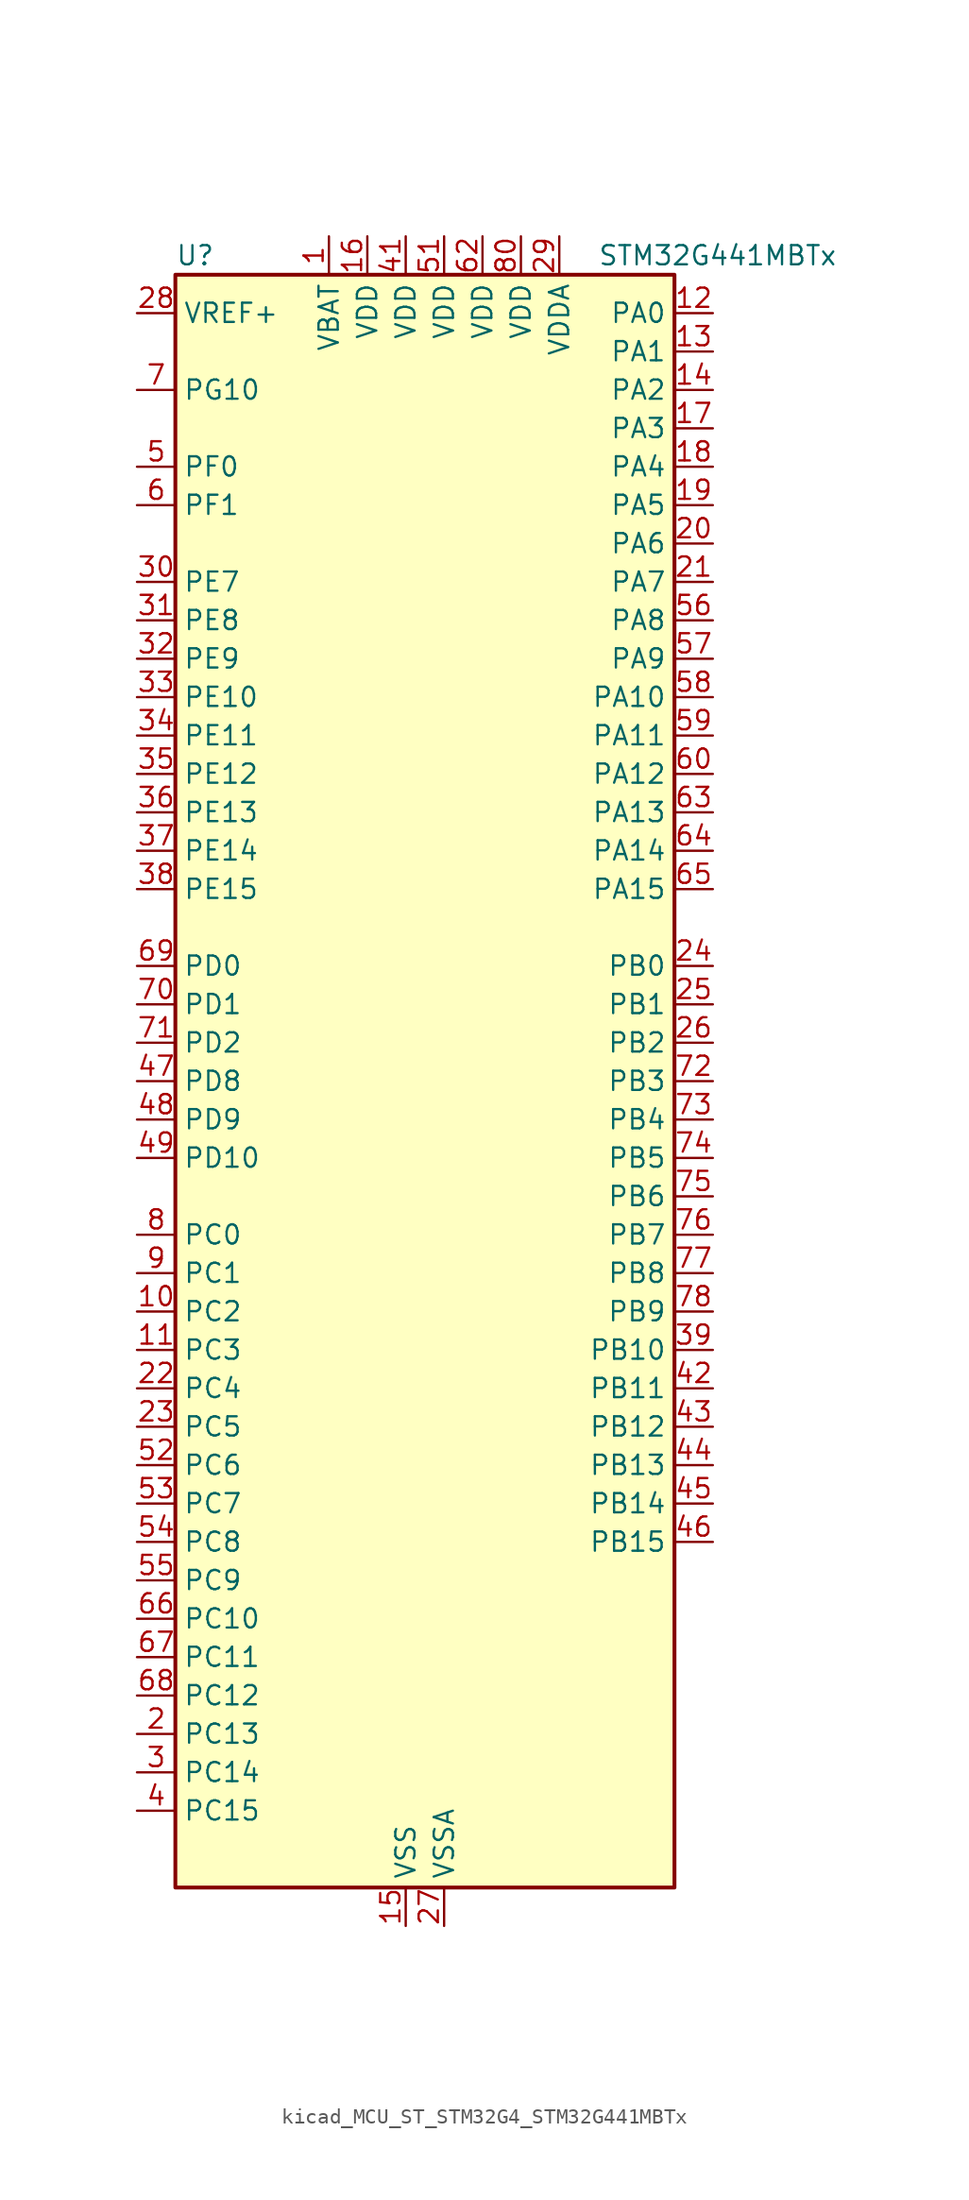
<source format=kicad_sym>
(kicad_symbol_lib
  (version 20220914)
  (generator kicad_symbol_editor)
  (symbol "kicad_MCU_ST_STM32G4_STM32G441MBTx"
    (property "Reference" "U"
      (at -15.24 54.61 0)
      (effects (font (size 1.27 1.27)) (justify left)))
    (property "Value" "STM32G441MBTx"
      (at 12.7 54.61 0)
      (effects (font (size 1.27 1.27)) (justify left)))
    (property "ki_locked" ""
      (at 0 0 0)
      (effects (font (size 1.27 1.27))))
    (symbol "kicad_MCU_ST_STM32G4_STM32G441MBTx_0_1"
      (rectangle (start -15.24 -53.34) (end 17.78 53.34) (stroke (width 0.254) (type default)) (fill (type background))))
    (symbol "kicad_MCU_ST_STM32G4_STM32G441MBTx_1_1"
      (pin power_in line (at -5.08 55.88 270) (length 2.54) (name "VBAT" (effects (font (size 1.27 1.27)))) (number "1" (effects (font (size 1.27 1.27)))))
      (pin bidirectional line (at -17.78 -15.24 0) (length 2.54) (name "PC2" (effects (font (size 1.27 1.27)))) (number "10" (effects (font (size 1.27 1.27)))) (alternate "ADC1_IN8" bidirectional line) (alternate "ADC2_IN8" bidirectional line) (alternate "COMP3_OUT" bidirectional line) (alternate "LPTIM1_IN2" bidirectional line) (alternate "TIM1_CH3" bidirectional line))
      (pin bidirectional line (at -17.78 -17.78 0) (length 2.54) (name "PC3" (effects (font (size 1.27 1.27)))) (number "11" (effects (font (size 1.27 1.27)))) (alternate "ADC1_IN9" bidirectional line) (alternate "ADC2_IN9" bidirectional line) (alternate "LPTIM1_ETR" bidirectional line) (alternate "SAI1_D1" bidirectional line) (alternate "SAI1_SD_A" bidirectional line) (alternate "TIM1_BKIN2" bidirectional line) (alternate "TIM1_CH4" bidirectional line))
      (pin bidirectional line (at 20.32 50.8 180) (length 2.54) (name "PA0" (effects (font (size 1.27 1.27)))) (number "12" (effects (font (size 1.27 1.27)))) (alternate "ADC1_IN1" bidirectional line) (alternate "ADC2_IN1" bidirectional line) (alternate "COMP1_INM" bidirectional line) (alternate "COMP1_OUT" bidirectional line) (alternate "COMP3_INP" bidirectional line) (alternate "RTC_TAMP2" bidirectional line) (alternate "SYS_WKUP1" bidirectional line) (alternate "TIM2_CH1" bidirectional line) (alternate "TIM2_ETR" bidirectional line) (alternate "TIM8_BKIN" bidirectional line) (alternate "TIM8_ETR" bidirectional line) (alternate "USART2_CTS" bidirectional line) (alternate "USART2_NSS" bidirectional line))
      (pin bidirectional line (at 20.32 48.26 180) (length 2.54) (name "PA1" (effects (font (size 1.27 1.27)))) (number "13" (effects (font (size 1.27 1.27)))) (alternate "ADC1_IN2" bidirectional line) (alternate "ADC2_IN2" bidirectional line) (alternate "COMP1_INP" bidirectional line) (alternate "OPAMP1_VINP" bidirectional line) (alternate "OPAMP1_VINP_SEC" bidirectional line) (alternate "OPAMP3_VINP" bidirectional line) (alternate "OPAMP3_VINP_SEC" bidirectional line) (alternate "RTC_REFIN" bidirectional line) (alternate "TIM15_CH1N" bidirectional line) (alternate "TIM2_CH2" bidirectional line) (alternate "USART2_DE" bidirectional line) (alternate "USART2_RTS" bidirectional line))
      (pin bidirectional line (at 20.32 45.72 180) (length 2.54) (name "PA2" (effects (font (size 1.27 1.27)))) (number "14" (effects (font (size 1.27 1.27)))) (alternate "ADC1_IN3" bidirectional line) (alternate "COMP2_INM" bidirectional line) (alternate "COMP2_OUT" bidirectional line) (alternate "LPUART1_TX" bidirectional line) (alternate "OPAMP1_VOUT" bidirectional line) (alternate "RCC_LSCO" bidirectional line) (alternate "SYS_WKUP4" bidirectional line) (alternate "TIM15_CH1" bidirectional line) (alternate "TIM2_CH3" bidirectional line) (alternate "UCPD1_FRSTX1" bidirectional line) (alternate "UCPD1_FRSTX2" bidirectional line) (alternate "USART2_TX" bidirectional line))
      (pin power_in line (at 0 -55.88 90) (length 2.54) (name "VSS" (effects (font (size 1.27 1.27)))) (number "15" (effects (font (size 1.27 1.27)))))
      (pin power_in line (at -2.54 55.88 270) (length 2.54) (name "VDD" (effects (font (size 1.27 1.27)))) (number "16" (effects (font (size 1.27 1.27)))))
      (pin bidirectional line (at 20.32 43.18 180) (length 2.54) (name "PA3" (effects (font (size 1.27 1.27)))) (number "17" (effects (font (size 1.27 1.27)))) (alternate "ADC1_IN4" bidirectional line) (alternate "COMP2_INP" bidirectional line) (alternate "LPUART1_RX" bidirectional line) (alternate "OPAMP1_VINM" bidirectional line) (alternate "OPAMP1_VINM0" bidirectional line) (alternate "OPAMP1_VINM_SEC" bidirectional line) (alternate "OPAMP1_VINP" bidirectional line) (alternate "OPAMP1_VINP_SEC" bidirectional line) (alternate "SAI1_CK1" bidirectional line) (alternate "SAI1_MCLK_A" bidirectional line) (alternate "TIM15_CH2" bidirectional line) (alternate "TIM2_CH4" bidirectional line) (alternate "USART2_RX" bidirectional line))
      (pin bidirectional line (at 20.32 40.64 180) (length 2.54) (name "PA4" (effects (font (size 1.27 1.27)))) (number "18" (effects (font (size 1.27 1.27)))) (alternate "ADC2_IN17" bidirectional line) (alternate "COMP1_INM" bidirectional line) (alternate "DAC1_OUT1" bidirectional line) (alternate "I2S3_WS" bidirectional line) (alternate "SAI1_FS_B" bidirectional line) (alternate "SPI1_NSS" bidirectional line) (alternate "SPI3_NSS" bidirectional line) (alternate "TIM3_CH2" bidirectional line) (alternate "USART2_CK" bidirectional line))
      (pin bidirectional line (at 20.32 38.1 180) (length 2.54) (name "PA5" (effects (font (size 1.27 1.27)))) (number "19" (effects (font (size 1.27 1.27)))) (alternate "ADC2_IN13" bidirectional line) (alternate "COMP2_INM" bidirectional line) (alternate "DAC1_OUT2" bidirectional line) (alternate "OPAMP2_VINM" bidirectional line) (alternate "OPAMP2_VINM0" bidirectional line) (alternate "OPAMP2_VINM_SEC" bidirectional line) (alternate "SPI1_SCK" bidirectional line) (alternate "TIM2_CH1" bidirectional line) (alternate "TIM2_ETR" bidirectional line) (alternate "UCPD1_FRSTX1" bidirectional line) (alternate "UCPD1_FRSTX2" bidirectional line))
      (pin bidirectional line (at -17.78 -43.18 0) (length 2.54) (name "PC13" (effects (font (size 1.27 1.27)))) (number "2" (effects (font (size 1.27 1.27)))) (alternate "RTC_OUT1" bidirectional line) (alternate "RTC_TAMP1" bidirectional line) (alternate "RTC_TS" bidirectional line) (alternate "SYS_WKUP2" bidirectional line) (alternate "TIM1_BKIN" bidirectional line) (alternate "TIM1_CH1N" bidirectional line) (alternate "TIM8_CH4N" bidirectional line))
      (pin bidirectional line (at 20.32 35.56 180) (length 2.54) (name "PA6" (effects (font (size 1.27 1.27)))) (number "20" (effects (font (size 1.27 1.27)))) (alternate "ADC2_IN3" bidirectional line) (alternate "COMP1_OUT" bidirectional line) (alternate "LPUART1_CTS" bidirectional line) (alternate "OPAMP2_VOUT" bidirectional line) (alternate "SPI1_MISO" bidirectional line) (alternate "TIM16_CH1" bidirectional line) (alternate "TIM1_BKIN" bidirectional line) (alternate "TIM3_CH1" bidirectional line) (alternate "TIM8_BKIN" bidirectional line))
      (pin bidirectional line (at 20.32 33.02 180) (length 2.54) (name "PA7" (effects (font (size 1.27 1.27)))) (number "21" (effects (font (size 1.27 1.27)))) (alternate "ADC2_IN4" bidirectional line) (alternate "COMP2_INP" bidirectional line) (alternate "COMP2_OUT" bidirectional line) (alternate "OPAMP1_VINP" bidirectional line) (alternate "OPAMP1_VINP_SEC" bidirectional line) (alternate "OPAMP2_VINP" bidirectional line) (alternate "OPAMP2_VINP_SEC" bidirectional line) (alternate "SPI1_MOSI" bidirectional line) (alternate "TIM17_CH1" bidirectional line) (alternate "TIM1_CH1N" bidirectional line) (alternate "TIM3_CH2" bidirectional line) (alternate "TIM8_CH1N" bidirectional line) (alternate "UCPD1_FRSTX1" bidirectional line) (alternate "UCPD1_FRSTX2" bidirectional line))
      (pin bidirectional line (at -17.78 -20.32 0) (length 2.54) (name "PC4" (effects (font (size 1.27 1.27)))) (number "22" (effects (font (size 1.27 1.27)))) (alternate "ADC2_IN5" bidirectional line) (alternate "I2C2_SCL" bidirectional line) (alternate "TIM1_ETR" bidirectional line) (alternate "USART1_TX" bidirectional line))
      (pin bidirectional line (at -17.78 -22.86 0) (length 2.54) (name "PC5" (effects (font (size 1.27 1.27)))) (number "23" (effects (font (size 1.27 1.27)))) (alternate "ADC2_IN11" bidirectional line) (alternate "OPAMP1_VINM" bidirectional line) (alternate "OPAMP1_VINM1" bidirectional line) (alternate "OPAMP1_VINM_SEC" bidirectional line) (alternate "OPAMP2_VINM" bidirectional line) (alternate "OPAMP2_VINM1" bidirectional line) (alternate "OPAMP2_VINM_SEC" bidirectional line) (alternate "SAI1_D3" bidirectional line) (alternate "SYS_WKUP5" bidirectional line) (alternate "TIM15_BKIN" bidirectional line) (alternate "TIM1_CH4N" bidirectional line) (alternate "USART1_RX" bidirectional line))
      (pin bidirectional line (at 20.32 7.62 180) (length 2.54) (name "PB0" (effects (font (size 1.27 1.27)))) (number "24" (effects (font (size 1.27 1.27)))) (alternate "ADC1_IN15" bidirectional line) (alternate "COMP4_INP" bidirectional line) (alternate "OPAMP2_VINP" bidirectional line) (alternate "OPAMP2_VINP_SEC" bidirectional line) (alternate "OPAMP3_VINP" bidirectional line) (alternate "OPAMP3_VINP_SEC" bidirectional line) (alternate "TIM1_CH2N" bidirectional line) (alternate "TIM3_CH3" bidirectional line) (alternate "TIM8_CH2N" bidirectional line) (alternate "UCPD1_FRSTX1" bidirectional line) (alternate "UCPD1_FRSTX2" bidirectional line))
      (pin bidirectional line (at 20.32 5.08 180) (length 2.54) (name "PB1" (effects (font (size 1.27 1.27)))) (number "25" (effects (font (size 1.27 1.27)))) (alternate "ADC1_IN12" bidirectional line) (alternate "COMP1_INP" bidirectional line) (alternate "COMP4_OUT" bidirectional line) (alternate "LPUART1_DE" bidirectional line) (alternate "LPUART1_RTS" bidirectional line) (alternate "OPAMP3_VOUT" bidirectional line) (alternate "TIM1_CH3N" bidirectional line) (alternate "TIM3_CH4" bidirectional line) (alternate "TIM8_CH3N" bidirectional line))
      (pin bidirectional line (at 20.32 2.54 180) (length 2.54) (name "PB2" (effects (font (size 1.27 1.27)))) (number "26" (effects (font (size 1.27 1.27)))) (alternate "ADC2_IN12" bidirectional line) (alternate "COMP4_INM" bidirectional line) (alternate "I2C3_SMBA" bidirectional line) (alternate "LPTIM1_OUT" bidirectional line) (alternate "OPAMP3_VINM" bidirectional line) (alternate "OPAMP3_VINM0" bidirectional line) (alternate "OPAMP3_VINM_SEC" bidirectional line) (alternate "RTC_OUT2" bidirectional line))
      (pin power_in line (at 2.54 -55.88 90) (length 2.54) (name "VSSA" (effects (font (size 1.27 1.27)))) (number "27" (effects (font (size 1.27 1.27)))))
      (pin input line (at -17.78 50.8 0) (length 2.54) (name "VREF+" (effects (font (size 1.27 1.27)))) (number "28" (effects (font (size 1.27 1.27)))) (alternate "VREFBUF_OUT" bidirectional line))
      (pin power_in line (at 10.16 55.88 270) (length 2.54) (name "VDDA" (effects (font (size 1.27 1.27)))) (number "29" (effects (font (size 1.27 1.27)))))
      (pin bidirectional line (at -17.78 -45.72 0) (length 2.54) (name "PC14" (effects (font (size 1.27 1.27)))) (number "3" (effects (font (size 1.27 1.27)))) (alternate "RCC_OSC32_IN" bidirectional line))
      (pin bidirectional line (at -17.78 33.02 0) (length 2.54) (name "PE7" (effects (font (size 1.27 1.27)))) (number "30" (effects (font (size 1.27 1.27)))) (alternate "COMP4_INP" bidirectional line) (alternate "SAI1_SD_B" bidirectional line) (alternate "TIM1_ETR" bidirectional line))
      (pin bidirectional line (at -17.78 30.48 0) (length 2.54) (name "PE8" (effects (font (size 1.27 1.27)))) (number "31" (effects (font (size 1.27 1.27)))) (alternate "COMP4_INM" bidirectional line) (alternate "SAI1_SCK_B" bidirectional line) (alternate "TIM1_CH1N" bidirectional line))
      (pin bidirectional line (at -17.78 27.94 0) (length 2.54) (name "PE9" (effects (font (size 1.27 1.27)))) (number "32" (effects (font (size 1.27 1.27)))) (alternate "DAC1_EXTI9" bidirectional line) (alternate "DAC3_EXTI9" bidirectional line) (alternate "SAI1_FS_B" bidirectional line) (alternate "TIM1_CH1" bidirectional line))
      (pin bidirectional line (at -17.78 25.4 0) (length 2.54) (name "PE10" (effects (font (size 1.27 1.27)))) (number "33" (effects (font (size 1.27 1.27)))) (alternate "DAC1_EXTI10" bidirectional line) (alternate "DAC3_EXTI10" bidirectional line) (alternate "SAI1_MCLK_B" bidirectional line) (alternate "TIM1_CH2N" bidirectional line))
      (pin bidirectional line (at -17.78 22.86 0) (length 2.54) (name "PE11" (effects (font (size 1.27 1.27)))) (number "34" (effects (font (size 1.27 1.27)))) (alternate "ADC1_EXTI11" bidirectional line) (alternate "ADC2_EXTI11" bidirectional line) (alternate "TIM1_CH2" bidirectional line))
      (pin bidirectional line (at -17.78 20.32 0) (length 2.54) (name "PE12" (effects (font (size 1.27 1.27)))) (number "35" (effects (font (size 1.27 1.27)))) (alternate "TIM1_CH3N" bidirectional line))
      (pin bidirectional line (at -17.78 17.78 0) (length 2.54) (name "PE13" (effects (font (size 1.27 1.27)))) (number "36" (effects (font (size 1.27 1.27)))) (alternate "TIM1_CH3" bidirectional line))
      (pin bidirectional line (at -17.78 15.24 0) (length 2.54) (name "PE14" (effects (font (size 1.27 1.27)))) (number "37" (effects (font (size 1.27 1.27)))) (alternate "TIM1_BKIN2" bidirectional line) (alternate "TIM1_CH4" bidirectional line))
      (pin bidirectional line (at -17.78 12.7 0) (length 2.54) (name "PE15" (effects (font (size 1.27 1.27)))) (number "38" (effects (font (size 1.27 1.27)))) (alternate "ADC1_EXTI15" bidirectional line) (alternate "ADC2_EXTI15" bidirectional line) (alternate "TIM1_BKIN" bidirectional line) (alternate "TIM1_CH4N" bidirectional line) (alternate "USART3_RX" bidirectional line))
      (pin bidirectional line (at 20.32 -17.78 180) (length 2.54) (name "PB10" (effects (font (size 1.27 1.27)))) (number "39" (effects (font (size 1.27 1.27)))) (alternate "DAC1_EXTI10" bidirectional line) (alternate "DAC3_EXTI10" bidirectional line) (alternate "LPUART1_RX" bidirectional line) (alternate "OPAMP3_VINM" bidirectional line) (alternate "OPAMP3_VINM1" bidirectional line) (alternate "OPAMP3_VINM_SEC" bidirectional line) (alternate "SAI1_SCK_A" bidirectional line) (alternate "TIM1_BKIN" bidirectional line) (alternate "TIM2_CH3" bidirectional line) (alternate "USART3_TX" bidirectional line))
      (pin bidirectional line (at -17.78 -48.26 0) (length 2.54) (name "PC15" (effects (font (size 1.27 1.27)))) (number "4" (effects (font (size 1.27 1.27)))) (alternate "ADC1_EXTI15" bidirectional line) (alternate "ADC2_EXTI15" bidirectional line) (alternate "RCC_OSC32_OUT" bidirectional line))
      (pin passive line (at 0 -55.88 90) (length 2.54) hide (name "VSS" (effects (font (size 1.27 1.27)))) (number "40" (effects (font (size 1.27 1.27)))))
      (pin power_in line (at 0 55.88 270) (length 2.54) (name "VDD" (effects (font (size 1.27 1.27)))) (number "41" (effects (font (size 1.27 1.27)))))
      (pin bidirectional line (at 20.32 -20.32 180) (length 2.54) (name "PB11" (effects (font (size 1.27 1.27)))) (number "42" (effects (font (size 1.27 1.27)))) (alternate "ADC1_EXTI11" bidirectional line) (alternate "ADC1_IN14" bidirectional line) (alternate "ADC2_EXTI11" bidirectional line) (alternate "ADC2_IN14" bidirectional line) (alternate "LPUART1_TX" bidirectional line) (alternate "TIM2_CH4" bidirectional line) (alternate "USART3_RX" bidirectional line))
      (pin bidirectional line (at 20.32 -22.86 180) (length 2.54) (name "PB12" (effects (font (size 1.27 1.27)))) (number "43" (effects (font (size 1.27 1.27)))) (alternate "ADC1_IN11" bidirectional line) (alternate "I2C2_SMBA" bidirectional line) (alternate "I2S2_WS" bidirectional line) (alternate "LPUART1_DE" bidirectional line) (alternate "LPUART1_RTS" bidirectional line) (alternate "SPI2_NSS" bidirectional line) (alternate "TIM1_BKIN" bidirectional line) (alternate "USART3_CK" bidirectional line))
      (pin bidirectional line (at 20.32 -25.4 180) (length 2.54) (name "PB13" (effects (font (size 1.27 1.27)))) (number "44" (effects (font (size 1.27 1.27)))) (alternate "I2S2_CK" bidirectional line) (alternate "LPUART1_CTS" bidirectional line) (alternate "OPAMP3_VINP" bidirectional line) (alternate "OPAMP3_VINP_SEC" bidirectional line) (alternate "SPI2_SCK" bidirectional line) (alternate "TIM1_CH1N" bidirectional line) (alternate "USART3_CTS" bidirectional line) (alternate "USART3_NSS" bidirectional line))
      (pin bidirectional line (at 20.32 -27.94 180) (length 2.54) (name "PB14" (effects (font (size 1.27 1.27)))) (number "45" (effects (font (size 1.27 1.27)))) (alternate "ADC1_IN5" bidirectional line) (alternate "COMP4_OUT" bidirectional line) (alternate "OPAMP2_VINP" bidirectional line) (alternate "OPAMP2_VINP_SEC" bidirectional line) (alternate "SPI2_MISO" bidirectional line) (alternate "TIM15_CH1" bidirectional line) (alternate "TIM1_CH2N" bidirectional line) (alternate "USART3_DE" bidirectional line) (alternate "USART3_RTS" bidirectional line))
      (pin bidirectional line (at 20.32 -30.48 180) (length 2.54) (name "PB15" (effects (font (size 1.27 1.27)))) (number "46" (effects (font (size 1.27 1.27)))) (alternate "ADC1_EXTI15" bidirectional line) (alternate "ADC2_EXTI15" bidirectional line) (alternate "ADC2_IN15" bidirectional line) (alternate "COMP3_OUT" bidirectional line) (alternate "I2S2_SD" bidirectional line) (alternate "RTC_REFIN" bidirectional line) (alternate "SPI2_MOSI" bidirectional line) (alternate "TIM15_CH1N" bidirectional line) (alternate "TIM15_CH2" bidirectional line) (alternate "TIM1_CH3N" bidirectional line))
      (pin bidirectional line (at -17.78 0 0) (length 2.54) (name "PD8" (effects (font (size 1.27 1.27)))) (number "47" (effects (font (size 1.27 1.27)))) (alternate "USART3_TX" bidirectional line))
      (pin bidirectional line (at -17.78 -2.54 0) (length 2.54) (name "PD9" (effects (font (size 1.27 1.27)))) (number "48" (effects (font (size 1.27 1.27)))) (alternate "DAC1_EXTI9" bidirectional line) (alternate "DAC3_EXTI9" bidirectional line) (alternate "USART3_RX" bidirectional line))
      (pin bidirectional line (at -17.78 -5.08 0) (length 2.54) (name "PD10" (effects (font (size 1.27 1.27)))) (number "49" (effects (font (size 1.27 1.27)))) (alternate "DAC1_EXTI10" bidirectional line) (alternate "DAC3_EXTI10" bidirectional line) (alternate "USART3_CK" bidirectional line))
      (pin bidirectional line (at -17.78 40.64 0) (length 2.54) (name "PF0" (effects (font (size 1.27 1.27)))) (number "5" (effects (font (size 1.27 1.27)))) (alternate "ADC1_IN10" bidirectional line) (alternate "I2C2_SDA" bidirectional line) (alternate "I2S2_WS" bidirectional line) (alternate "RCC_OSC_IN" bidirectional line) (alternate "SPI2_NSS" bidirectional line) (alternate "TIM1_CH3N" bidirectional line))
      (pin passive line (at 0 -55.88 90) (length 2.54) hide (name "VSS" (effects (font (size 1.27 1.27)))) (number "50" (effects (font (size 1.27 1.27)))))
      (pin power_in line (at 2.54 55.88 270) (length 2.54) (name "VDD" (effects (font (size 1.27 1.27)))) (number "51" (effects (font (size 1.27 1.27)))))
      (pin bidirectional line (at -17.78 -25.4 0) (length 2.54) (name "PC6" (effects (font (size 1.27 1.27)))) (number "52" (effects (font (size 1.27 1.27)))) (alternate "I2S2_MCK" bidirectional line) (alternate "TIM3_CH1" bidirectional line) (alternate "TIM8_CH1" bidirectional line))
      (pin bidirectional line (at -17.78 -27.94 0) (length 2.54) (name "PC7" (effects (font (size 1.27 1.27)))) (number "53" (effects (font (size 1.27 1.27)))) (alternate "I2S3_MCK" bidirectional line) (alternate "TIM3_CH2" bidirectional line) (alternate "TIM8_CH2" bidirectional line))
      (pin bidirectional line (at -17.78 -30.48 0) (length 2.54) (name "PC8" (effects (font (size 1.27 1.27)))) (number "54" (effects (font (size 1.27 1.27)))) (alternate "I2C3_SCL" bidirectional line) (alternate "TIM3_CH3" bidirectional line) (alternate "TIM8_CH3" bidirectional line))
      (pin bidirectional line (at -17.78 -33.02 0) (length 2.54) (name "PC9" (effects (font (size 1.27 1.27)))) (number "55" (effects (font (size 1.27 1.27)))) (alternate "DAC1_EXTI9" bidirectional line) (alternate "DAC3_EXTI9" bidirectional line) (alternate "I2C3_SDA" bidirectional line) (alternate "I2S_CKIN" bidirectional line) (alternate "TIM3_CH4" bidirectional line) (alternate "TIM8_BKIN2" bidirectional line) (alternate "TIM8_CH4" bidirectional line))
      (pin bidirectional line (at 20.32 30.48 180) (length 2.54) (name "PA8" (effects (font (size 1.27 1.27)))) (number "56" (effects (font (size 1.27 1.27)))) (alternate "I2C2_SDA" bidirectional line) (alternate "I2C3_SCL" bidirectional line) (alternate "I2S2_MCK" bidirectional line) (alternate "RCC_MCO" bidirectional line) (alternate "SAI1_CK2" bidirectional line) (alternate "SAI1_SCK_A" bidirectional line) (alternate "TIM1_CH1" bidirectional line) (alternate "TIM4_ETR" bidirectional line) (alternate "USART1_CK" bidirectional line))
      (pin bidirectional line (at 20.32 27.94 180) (length 2.54) (name "PA9" (effects (font (size 1.27 1.27)))) (number "57" (effects (font (size 1.27 1.27)))) (alternate "DAC1_EXTI9" bidirectional line) (alternate "DAC3_EXTI9" bidirectional line) (alternate "I2C2_SCL" bidirectional line) (alternate "I2C3_SMBA" bidirectional line) (alternate "I2S3_MCK" bidirectional line) (alternate "SAI1_FS_A" bidirectional line) (alternate "TIM15_BKIN" bidirectional line) (alternate "TIM1_CH2" bidirectional line) (alternate "TIM2_CH3" bidirectional line) (alternate "UCPD1_DBCC1" bidirectional line) (alternate "USART1_TX" bidirectional line))
      (pin bidirectional line (at 20.32 25.4 180) (length 2.54) (name "PA10" (effects (font (size 1.27 1.27)))) (number "58" (effects (font (size 1.27 1.27)))) (alternate "CRS_SYNC" bidirectional line) (alternate "DAC1_EXTI10" bidirectional line) (alternate "DAC3_EXTI10" bidirectional line) (alternate "I2C2_SMBA" bidirectional line) (alternate "SAI1_D1" bidirectional line) (alternate "SAI1_SD_A" bidirectional line) (alternate "SPI2_MISO" bidirectional line) (alternate "TIM17_BKIN" bidirectional line) (alternate "TIM1_CH3" bidirectional line) (alternate "TIM2_CH4" bidirectional line) (alternate "TIM8_BKIN" bidirectional line) (alternate "UCPD1_DBCC2" bidirectional line) (alternate "USART1_RX" bidirectional line))
      (pin bidirectional line (at 20.32 22.86 180) (length 2.54) (name "PA11" (effects (font (size 1.27 1.27)))) (number "59" (effects (font (size 1.27 1.27)))) (alternate "ADC1_EXTI11" bidirectional line) (alternate "ADC2_EXTI11" bidirectional line) (alternate "COMP1_OUT" bidirectional line) (alternate "FDCAN1_RX" bidirectional line) (alternate "I2S2_SD" bidirectional line) (alternate "SPI2_MOSI" bidirectional line) (alternate "TIM1_BKIN2" bidirectional line) (alternate "TIM1_CH1N" bidirectional line) (alternate "TIM1_CH4" bidirectional line) (alternate "TIM4_CH1" bidirectional line) (alternate "USART1_CTS" bidirectional line) (alternate "USART1_NSS" bidirectional line) (alternate "USB_DM" bidirectional line))
      (pin bidirectional line (at -17.78 38.1 0) (length 2.54) (name "PF1" (effects (font (size 1.27 1.27)))) (number "6" (effects (font (size 1.27 1.27)))) (alternate "ADC2_IN10" bidirectional line) (alternate "COMP3_INM" bidirectional line) (alternate "I2S2_CK" bidirectional line) (alternate "RCC_OSC_OUT" bidirectional line) (alternate "SPI2_SCK" bidirectional line))
      (pin bidirectional line (at 20.32 20.32 180) (length 2.54) (name "PA12" (effects (font (size 1.27 1.27)))) (number "60" (effects (font (size 1.27 1.27)))) (alternate "COMP2_OUT" bidirectional line) (alternate "FDCAN1_TX" bidirectional line) (alternate "I2S_CKIN" bidirectional line) (alternate "TIM16_CH1" bidirectional line) (alternate "TIM1_CH2N" bidirectional line) (alternate "TIM1_ETR" bidirectional line) (alternate "TIM4_CH2" bidirectional line) (alternate "USART1_DE" bidirectional line) (alternate "USART1_RTS" bidirectional line) (alternate "USB_DP" bidirectional line))
      (pin passive line (at 0 -55.88 90) (length 2.54) hide (name "VSS" (effects (font (size 1.27 1.27)))) (number "61" (effects (font (size 1.27 1.27)))))
      (pin power_in line (at 5.08 55.88 270) (length 2.54) (name "VDD" (effects (font (size 1.27 1.27)))) (number "62" (effects (font (size 1.27 1.27)))))
      (pin bidirectional line (at 20.32 17.78 180) (length 2.54) (name "PA13" (effects (font (size 1.27 1.27)))) (number "63" (effects (font (size 1.27 1.27)))) (alternate "I2C1_SCL" bidirectional line) (alternate "IR_OUT" bidirectional line) (alternate "SAI1_SD_B" bidirectional line) (alternate "SYS_JTMS-SWDIO" bidirectional line) (alternate "TIM16_CH1N" bidirectional line) (alternate "TIM4_CH3" bidirectional line) (alternate "USART3_CTS" bidirectional line) (alternate "USART3_NSS" bidirectional line))
      (pin bidirectional line (at 20.32 15.24 180) (length 2.54) (name "PA14" (effects (font (size 1.27 1.27)))) (number "64" (effects (font (size 1.27 1.27)))) (alternate "I2C1_SDA" bidirectional line) (alternate "LPTIM1_OUT" bidirectional line) (alternate "SAI1_FS_B" bidirectional line) (alternate "SYS_JTCK-SWCLK" bidirectional line) (alternate "TIM1_BKIN" bidirectional line) (alternate "TIM8_CH2" bidirectional line) (alternate "USART2_TX" bidirectional line))
      (pin bidirectional line (at 20.32 12.7 180) (length 2.54) (name "PA15" (effects (font (size 1.27 1.27)))) (number "65" (effects (font (size 1.27 1.27)))) (alternate "ADC1_EXTI15" bidirectional line) (alternate "ADC2_EXTI15" bidirectional line) (alternate "I2C1_SCL" bidirectional line) (alternate "I2S3_WS" bidirectional line) (alternate "SPI1_NSS" bidirectional line) (alternate "SPI3_NSS" bidirectional line) (alternate "SYS_JTDI" bidirectional line) (alternate "TIM1_BKIN" bidirectional line) (alternate "TIM2_CH1" bidirectional line) (alternate "TIM2_ETR" bidirectional line) (alternate "TIM8_CH1" bidirectional line) (alternate "UART4_DE" bidirectional line) (alternate "UART4_RTS" bidirectional line) (alternate "USART2_RX" bidirectional line))
      (pin bidirectional line (at -17.78 -35.56 0) (length 2.54) (name "PC10" (effects (font (size 1.27 1.27)))) (number "66" (effects (font (size 1.27 1.27)))) (alternate "DAC1_EXTI10" bidirectional line) (alternate "DAC3_EXTI10" bidirectional line) (alternate "I2S3_CK" bidirectional line) (alternate "SPI3_SCK" bidirectional line) (alternate "TIM8_CH1N" bidirectional line) (alternate "UART4_TX" bidirectional line) (alternate "USART3_TX" bidirectional line))
      (pin bidirectional line (at -17.78 -38.1 0) (length 2.54) (name "PC11" (effects (font (size 1.27 1.27)))) (number "67" (effects (font (size 1.27 1.27)))) (alternate "ADC1_EXTI11" bidirectional line) (alternate "ADC2_EXTI11" bidirectional line) (alternate "I2C3_SDA" bidirectional line) (alternate "SPI3_MISO" bidirectional line) (alternate "TIM8_CH2N" bidirectional line) (alternate "UART4_RX" bidirectional line) (alternate "USART3_RX" bidirectional line))
      (pin bidirectional line (at -17.78 -40.64 0) (length 2.54) (name "PC12" (effects (font (size 1.27 1.27)))) (number "68" (effects (font (size 1.27 1.27)))) (alternate "I2S3_SD" bidirectional line) (alternate "SPI3_MOSI" bidirectional line) (alternate "TIM8_CH3N" bidirectional line) (alternate "UCPD1_FRSTX1" bidirectional line) (alternate "UCPD1_FRSTX2" bidirectional line) (alternate "USART3_CK" bidirectional line))
      (pin bidirectional line (at -17.78 7.62 0) (length 2.54) (name "PD0" (effects (font (size 1.27 1.27)))) (number "69" (effects (font (size 1.27 1.27)))) (alternate "FDCAN1_RX" bidirectional line) (alternate "TIM8_CH4N" bidirectional line))
      (pin bidirectional line (at -17.78 45.72 0) (length 2.54) (name "PG10" (effects (font (size 1.27 1.27)))) (number "7" (effects (font (size 1.27 1.27)))) (alternate "DAC1_EXTI10" bidirectional line) (alternate "DAC3_EXTI10" bidirectional line) (alternate "RCC_MCO" bidirectional line))
      (pin bidirectional line (at -17.78 5.08 0) (length 2.54) (name "PD1" (effects (font (size 1.27 1.27)))) (number "70" (effects (font (size 1.27 1.27)))) (alternate "FDCAN1_TX" bidirectional line) (alternate "TIM8_BKIN2" bidirectional line) (alternate "TIM8_CH4" bidirectional line))
      (pin bidirectional line (at -17.78 2.54 0) (length 2.54) (name "PD2" (effects (font (size 1.27 1.27)))) (number "71" (effects (font (size 1.27 1.27)))) (alternate "TIM3_ETR" bidirectional line) (alternate "TIM8_BKIN" bidirectional line))
      (pin bidirectional line (at 20.32 0 180) (length 2.54) (name "PB3" (effects (font (size 1.27 1.27)))) (number "72" (effects (font (size 1.27 1.27)))) (alternate "CRS_SYNC" bidirectional line) (alternate "I2S3_CK" bidirectional line) (alternate "SAI1_SCK_B" bidirectional line) (alternate "SPI1_SCK" bidirectional line) (alternate "SPI3_SCK" bidirectional line) (alternate "SYS_JTDO-SWO" bidirectional line) (alternate "TIM2_CH2" bidirectional line) (alternate "TIM3_ETR" bidirectional line) (alternate "TIM4_ETR" bidirectional line) (alternate "TIM8_CH1N" bidirectional line) (alternate "USART2_TX" bidirectional line))
      (pin bidirectional line (at 20.32 -2.54 180) (length 2.54) (name "PB4" (effects (font (size 1.27 1.27)))) (number "73" (effects (font (size 1.27 1.27)))) (alternate "SAI1_MCLK_B" bidirectional line) (alternate "SPI1_MISO" bidirectional line) (alternate "SPI3_MISO" bidirectional line) (alternate "SYS_JTRST" bidirectional line) (alternate "TIM16_CH1" bidirectional line) (alternate "TIM17_BKIN" bidirectional line) (alternate "TIM3_CH1" bidirectional line) (alternate "TIM8_CH2N" bidirectional line) (alternate "UCPD1_CC2" bidirectional line) (alternate "USART2_RX" bidirectional line))
      (pin bidirectional line (at 20.32 -5.08 180) (length 2.54) (name "PB5" (effects (font (size 1.27 1.27)))) (number "74" (effects (font (size 1.27 1.27)))) (alternate "I2C1_SMBA" bidirectional line) (alternate "I2C3_SDA" bidirectional line) (alternate "I2S3_SD" bidirectional line) (alternate "LPTIM1_IN1" bidirectional line) (alternate "SAI1_SD_B" bidirectional line) (alternate "SPI1_MOSI" bidirectional line) (alternate "SPI3_MOSI" bidirectional line) (alternate "TIM16_BKIN" bidirectional line) (alternate "TIM17_CH1" bidirectional line) (alternate "TIM3_CH2" bidirectional line) (alternate "TIM8_CH3N" bidirectional line) (alternate "USART2_CK" bidirectional line))
      (pin bidirectional line (at 20.32 -7.62 180) (length 2.54) (name "PB6" (effects (font (size 1.27 1.27)))) (number "75" (effects (font (size 1.27 1.27)))) (alternate "COMP4_OUT" bidirectional line) (alternate "LPTIM1_ETR" bidirectional line) (alternate "SAI1_FS_B" bidirectional line) (alternate "TIM16_CH1N" bidirectional line) (alternate "TIM4_CH1" bidirectional line) (alternate "TIM8_BKIN2" bidirectional line) (alternate "TIM8_CH1" bidirectional line) (alternate "TIM8_ETR" bidirectional line) (alternate "UCPD1_CC1" bidirectional line) (alternate "USART1_TX" bidirectional line))
      (pin bidirectional line (at 20.32 -10.16 180) (length 2.54) (name "PB7" (effects (font (size 1.27 1.27)))) (number "76" (effects (font (size 1.27 1.27)))) (alternate "COMP3_OUT" bidirectional line) (alternate "I2C1_SDA" bidirectional line) (alternate "LPTIM1_IN2" bidirectional line) (alternate "SYS_PVD_IN" bidirectional line) (alternate "TIM17_CH1N" bidirectional line) (alternate "TIM3_CH4" bidirectional line) (alternate "TIM4_CH2" bidirectional line) (alternate "TIM8_BKIN" bidirectional line) (alternate "UART4_CTS" bidirectional line) (alternate "USART1_RX" bidirectional line))
      (pin bidirectional line (at 20.32 -12.7 180) (length 2.54) (name "PB8" (effects (font (size 1.27 1.27)))) (number "77" (effects (font (size 1.27 1.27)))) (alternate "COMP1_OUT" bidirectional line) (alternate "FDCAN1_RX" bidirectional line) (alternate "I2C1_SCL" bidirectional line) (alternate "SAI1_CK1" bidirectional line) (alternate "SAI1_MCLK_A" bidirectional line) (alternate "TIM16_CH1" bidirectional line) (alternate "TIM1_BKIN" bidirectional line) (alternate "TIM4_CH3" bidirectional line) (alternate "TIM8_CH2" bidirectional line) (alternate "USART3_RX" bidirectional line))
      (pin bidirectional line (at 20.32 -15.24 180) (length 2.54) (name "PB9" (effects (font (size 1.27 1.27)))) (number "78" (effects (font (size 1.27 1.27)))) (alternate "COMP2_OUT" bidirectional line) (alternate "DAC1_EXTI9" bidirectional line) (alternate "DAC3_EXTI9" bidirectional line) (alternate "FDCAN1_TX" bidirectional line) (alternate "I2C1_SDA" bidirectional line) (alternate "IR_OUT" bidirectional line) (alternate "SAI1_D2" bidirectional line) (alternate "SAI1_FS_A" bidirectional line) (alternate "TIM17_CH1" bidirectional line) (alternate "TIM1_CH3N" bidirectional line) (alternate "TIM4_CH4" bidirectional line) (alternate "TIM8_CH3" bidirectional line) (alternate "USART3_TX" bidirectional line))
      (pin passive line (at 0 -55.88 90) (length 2.54) hide (name "VSS" (effects (font (size 1.27 1.27)))) (number "79" (effects (font (size 1.27 1.27)))))
      (pin bidirectional line (at -17.78 -10.16 0) (length 2.54) (name "PC0" (effects (font (size 1.27 1.27)))) (number "8" (effects (font (size 1.27 1.27)))) (alternate "ADC1_IN6" bidirectional line) (alternate "ADC2_IN6" bidirectional line) (alternate "COMP3_INM" bidirectional line) (alternate "LPTIM1_IN1" bidirectional line) (alternate "LPUART1_RX" bidirectional line) (alternate "TIM1_CH1" bidirectional line))
      (pin power_in line (at 7.62 55.88 270) (length 2.54) (name "VDD" (effects (font (size 1.27 1.27)))) (number "80" (effects (font (size 1.27 1.27)))))
      (pin bidirectional line (at -17.78 -12.7 0) (length 2.54) (name "PC1" (effects (font (size 1.27 1.27)))) (number "9" (effects (font (size 1.27 1.27)))) (alternate "ADC1_IN7" bidirectional line) (alternate "ADC2_IN7" bidirectional line) (alternate "COMP3_INP" bidirectional line) (alternate "LPTIM1_OUT" bidirectional line) (alternate "LPUART1_TX" bidirectional line) (alternate "SAI1_SD_A" bidirectional line) (alternate "TIM1_CH2" bidirectional line)))))
</source>
